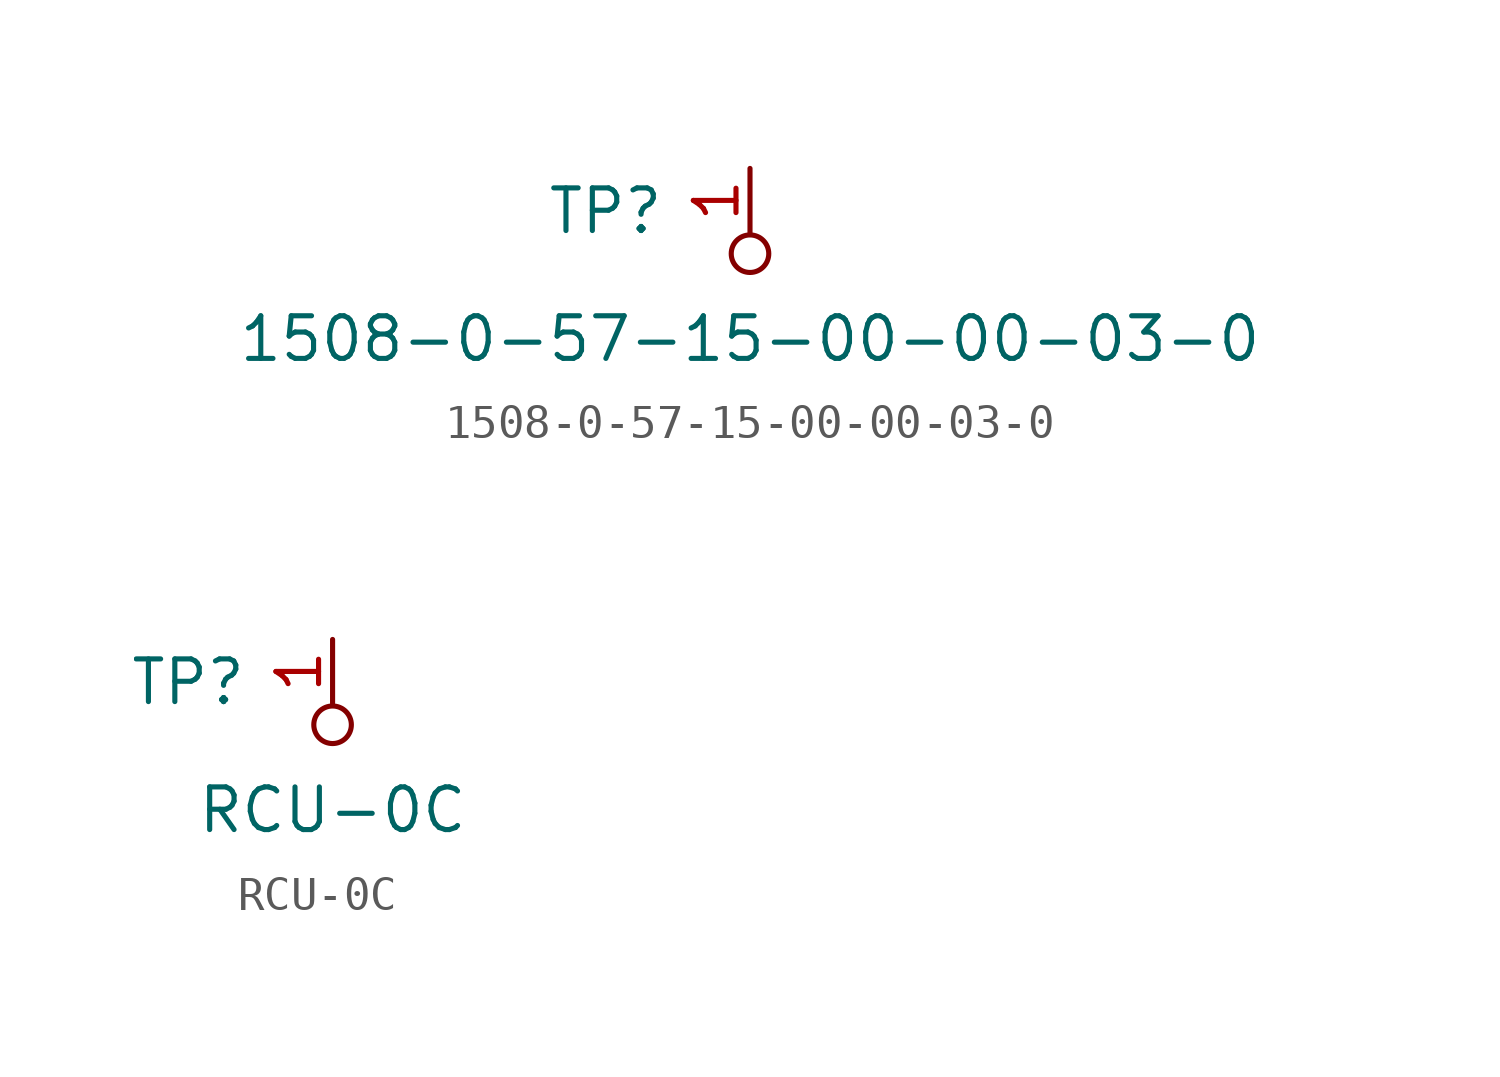
<source format=kicad_sym>
(kicad_symbol_lib
  (version 20201005)
  (generator kicad_symbol_editor)
  (symbol "1508-0-57-15-00-00-03-0"
    (pin_names
      (offset 1.016))
    (property "Reference" "TP"
      (at -2.54 1.27 0)
      (effects (font (size 1.27 1.27)) (justify right)))
    (property "Value" "1508-0-57-15-00-00-03-0"
      (at 0 -2.54 0)
      (effects (font (size 1.27 1.27))))
    (symbol "1508-0-57-15-00-00-03-0_0_1"
      (circle (center 0 0) (radius 0.559) (stroke (width 0)) (fill (type none))))
    (symbol "1508-0-57-15-00-00-03-0_1_1"
      (pin passive line (at 0 2.54 270) (length 1.905) (name "~" (effects (font (size 1.27 1.27)))) (number "1" (effects (font (size 1.27 1.27)))))))
  (symbol "RCU-0C"
    (pin_names
      (offset 1.016))
    (property "Reference" "TP"
      (at -2.54 1.27 0)
      (effects (font (size 1.27 1.27)) (justify right)))
    (property "Value" "RCU-0C"
      (at 0 -2.54 0)
      (effects (font (size 1.27 1.27))))
    (symbol "RCU-0C_0_1"
      (circle (center 0 0) (radius 0.559) (stroke (width 0)) (fill (type none))))
    (symbol "RCU-0C_1_1"
      (pin passive line (at 0 2.54 270) (length 1.905) (name "~" (effects (font (size 1.27 1.27)))) (number "1" (effects (font (size 1.27 1.27))))))))
</source>
